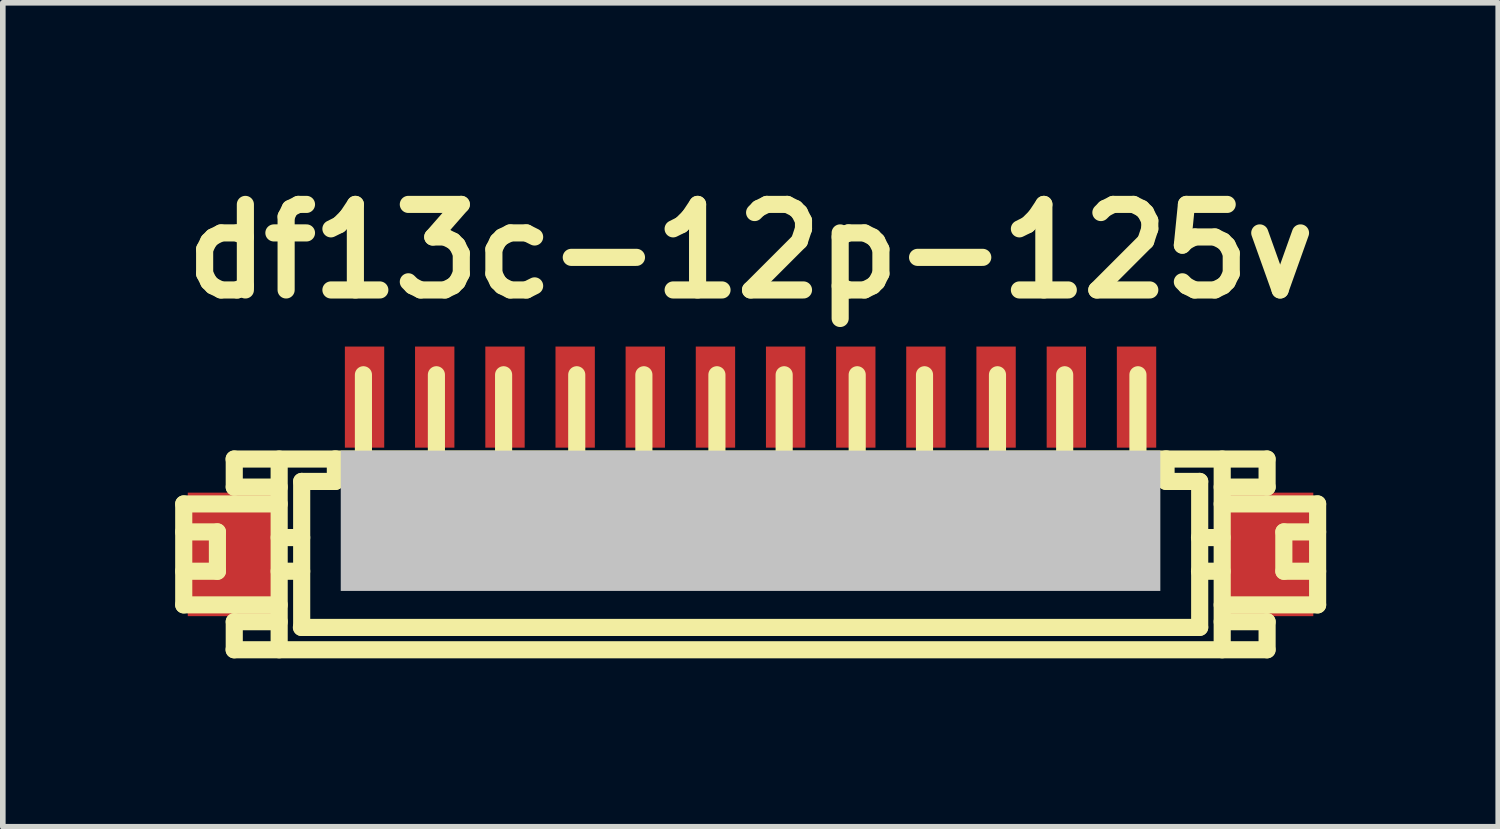
<source format=kicad_pcb>
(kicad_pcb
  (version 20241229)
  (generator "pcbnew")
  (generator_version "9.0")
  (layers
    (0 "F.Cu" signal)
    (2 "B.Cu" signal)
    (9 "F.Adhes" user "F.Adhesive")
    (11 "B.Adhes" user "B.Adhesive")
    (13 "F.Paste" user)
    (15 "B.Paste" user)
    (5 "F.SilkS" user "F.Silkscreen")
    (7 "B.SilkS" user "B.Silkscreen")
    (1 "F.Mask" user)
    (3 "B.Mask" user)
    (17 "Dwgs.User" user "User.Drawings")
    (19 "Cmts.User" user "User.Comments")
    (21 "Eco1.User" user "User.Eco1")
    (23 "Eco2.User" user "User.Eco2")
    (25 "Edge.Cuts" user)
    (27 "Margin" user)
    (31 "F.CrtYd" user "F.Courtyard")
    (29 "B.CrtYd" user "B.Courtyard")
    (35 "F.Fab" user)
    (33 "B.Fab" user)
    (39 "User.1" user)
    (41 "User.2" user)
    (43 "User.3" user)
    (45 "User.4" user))
  (footprint "df13c-12p-125v"
    (layer "F.Cu")
    (at 10.32 6.026)
    (property "Reference" "df13c-12p-125v" (at 0 -4.6 0) (layer "F.SilkS") (effects (font (size 1.524 1.524) (thickness 0.305))))
    (attr through_hole)
    (fp_line (start -10.097 -0.099) (end -8.397 -0.099) (stroke (width 0.305) (type solid)) (layer "F.SilkS"))
    (fp_line (start -10.097 0.399) (end -9.497 0.399) (stroke (width 0.305) (type solid)) (layer "F.SilkS"))
    (fp_line (start -10.097 1.699) (end -10.097 -0.099) (stroke (width 0.305) (type solid)) (layer "F.SilkS"))
    (fp_line (start -10.097 1.699) (end -8.397 1.699) (stroke (width 0.305) (type solid)) (layer "F.SilkS"))
    (fp_line (start -9.497 0.399) (end -9.497 1.1) (stroke (width 0.305) (type solid)) (layer "F.SilkS"))
    (fp_line (start -9.497 1.1) (end -10.097 1.1) (stroke (width 0.305) (type solid)) (layer "F.SilkS"))
    (fp_line (start -9.197 -0.399) (end -9.197 -0.899) (stroke (width 0.305) (type solid)) (layer "F.SilkS"))
    (fp_line (start -9.197 2.499) (end -9.197 1.999) (stroke (width 0.305) (type solid)) (layer "F.SilkS"))
    (fp_line (start -8.397 -0.899) (end -8.397 2.499) (stroke (width 0.305) (type solid)) (layer "F.SilkS"))
    (fp_line (start -8.397 -0.399) (end -9.197 -0.399) (stroke (width 0.305) (type solid)) (layer "F.SilkS"))
    (fp_line (start -8.397 0.5) (end -7.996 0.5) (stroke (width 0.305) (type solid)) (layer "F.SilkS"))
    (fp_line (start -8.397 1.1) (end -7.996 1.1) (stroke (width 0.305) (type solid)) (layer "F.SilkS"))
    (fp_line (start -8.397 1.999) (end -9.197 1.999) (stroke (width 0.305) (type solid)) (layer "F.SilkS"))
    (fp_line (start -8.001 2.101) (end 8.001 2.101) (stroke (width 0.305) (type solid)) (layer "F.SilkS"))
    (fp_line (start -7.996 -0.5) (end -7.396 -0.5) (stroke (width 0.305) (type solid)) (layer "F.SilkS"))
    (fp_line (start -7.996 2.101) (end -7.996 -0.5) (stroke (width 0.305) (type solid)) (layer "F.SilkS"))
    (fp_line (start -7.396 -0.902) (end -7.396 -0.5) (stroke (width 0.305) (type solid)) (layer "F.SilkS"))
    (fp_line (start -6.998 0.998) (end -6.998 1.199) (stroke (width 0.305) (type solid)) (layer "F.SilkS"))
    (fp_line (start -6.998 1.199) (end -6.797 1.199) (stroke (width 0.305) (type solid)) (layer "F.SilkS"))
    (fp_line (start -6.896 -0.902) (end -6.896 -2.4) (stroke (width 0.305) (type solid)) (layer "F.SilkS"))
    (fp_line (start -6.797 0.998) (end -6.998 0.998) (stroke (width 0.305) (type solid)) (layer "F.SilkS"))
    (fp_line (start -6.797 1.199) (end -6.797 0.998) (stroke (width 0.305) (type solid)) (layer "F.SilkS"))
    (fp_line (start -5.702 1.001) (end -5.504 1.001) (stroke (width 0.305) (type solid)) (layer "F.SilkS"))
    (fp_line (start -5.702 1.199) (end -5.702 1.001) (stroke (width 0.305) (type solid)) (layer "F.SilkS"))
    (fp_line (start -5.596 -0.899) (end -5.596 -2.4) (stroke (width 0.305) (type solid)) (layer "F.SilkS"))
    (fp_line (start -5.504 1.001) (end -5.504 1.199) (stroke (width 0.305) (type solid)) (layer "F.SilkS"))
    (fp_line (start -5.504 1.199) (end -5.702 1.199) (stroke (width 0.305) (type solid)) (layer "F.SilkS"))
    (fp_line (start -4.498 1.001) (end -4.3 1.001) (stroke (width 0.305) (type solid)) (layer "F.SilkS"))
    (fp_line (start -4.498 1.199) (end -4.498 1.001) (stroke (width 0.305) (type solid)) (layer "F.SilkS"))
    (fp_line (start -4.399 -2.4) (end -4.399 -0.899) (stroke (width 0.305) (type solid)) (layer "F.SilkS"))
    (fp_line (start -4.3 1.001) (end -4.3 1.199) (stroke (width 0.305) (type solid)) (layer "F.SilkS"))
    (fp_line (start -4.3 1.199) (end -4.498 1.199) (stroke (width 0.305) (type solid)) (layer "F.SilkS"))
    (fp_line (start -3.2 1.001) (end -3.002 1.001) (stroke (width 0.305) (type solid)) (layer "F.SilkS"))
    (fp_line (start -3.2 1.199) (end -3.2 1.001) (stroke (width 0.305) (type solid)) (layer "F.SilkS"))
    (fp_line (start -3.096 -0.899) (end -3.096 -2.4) (stroke (width 0.305) (type solid)) (layer "F.SilkS"))
    (fp_line (start -3.002 1.001) (end -3.002 1.199) (stroke (width 0.305) (type solid)) (layer "F.SilkS"))
    (fp_line (start -3.002 1.199) (end -3.2 1.199) (stroke (width 0.305) (type solid)) (layer "F.SilkS"))
    (fp_line (start -1.999 1.001) (end -1.801 1.001) (stroke (width 0.305) (type solid)) (layer "F.SilkS"))
    (fp_line (start -1.999 1.199) (end -1.999 1.001) (stroke (width 0.305) (type solid)) (layer "F.SilkS"))
    (fp_line (start -1.9 -0.899) (end -1.9 -2.4) (stroke (width 0.305) (type solid)) (layer "F.SilkS"))
    (fp_line (start -1.801 1.001) (end -1.801 1.199) (stroke (width 0.305) (type solid)) (layer "F.SilkS"))
    (fp_line (start -1.801 1.199) (end -1.999 1.199) (stroke (width 0.305) (type solid)) (layer "F.SilkS"))
    (fp_line (start -0.701 1.001) (end -0.503 1.001) (stroke (width 0.305) (type solid)) (layer "F.SilkS"))
    (fp_line (start -0.701 1.199) (end -0.701 1.001) (stroke (width 0.305) (type solid)) (layer "F.SilkS"))
    (fp_line (start -0.599 -2.4) (end -0.599 -0.899) (stroke (width 0.305) (type solid)) (layer "F.SilkS"))
    (fp_line (start -0.503 1.001) (end -0.503 1.199) (stroke (width 0.305) (type solid)) (layer "F.SilkS"))
    (fp_line (start -0.503 1.199) (end -0.701 1.199) (stroke (width 0.305) (type solid)) (layer "F.SilkS"))
    (fp_line (start 0.5 1.001) (end 0.701 1.001) (stroke (width 0.305) (type solid)) (layer "F.SilkS"))
    (fp_line (start 0.5 1.199) (end 0.5 1.001) (stroke (width 0.305) (type solid)) (layer "F.SilkS"))
    (fp_line (start 0.599 -0.899) (end 0.599 -2.4) (stroke (width 0.305) (type solid)) (layer "F.SilkS"))
    (fp_line (start 0.701 1.001) (end 0.701 1.199) (stroke (width 0.305) (type solid)) (layer "F.SilkS"))
    (fp_line (start 0.701 1.199) (end 0.5 1.199) (stroke (width 0.305) (type solid)) (layer "F.SilkS"))
    (fp_line (start 1.803 1.001) (end 2.002 1.001) (stroke (width 0.305) (type solid)) (layer "F.SilkS"))
    (fp_line (start 1.803 1.199) (end 1.803 1.001) (stroke (width 0.305) (type solid)) (layer "F.SilkS"))
    (fp_line (start 1.9 -2.4) (end 1.9 -0.899) (stroke (width 0.305) (type solid)) (layer "F.SilkS"))
    (fp_line (start 2.002 1.001) (end 2.002 1.199) (stroke (width 0.305) (type solid)) (layer "F.SilkS"))
    (fp_line (start 2.002 1.199) (end 1.803 1.199) (stroke (width 0.305) (type solid)) (layer "F.SilkS"))
    (fp_line (start 3 1.001) (end 3.2 1.001) (stroke (width 0.305) (type solid)) (layer "F.SilkS"))
    (fp_line (start 3 1.199) (end 3 1.001) (stroke (width 0.305) (type solid)) (layer "F.SilkS"))
    (fp_line (start 3.099 -2.4) (end 3.099 -0.899) (stroke (width 0.305) (type solid)) (layer "F.SilkS"))
    (fp_line (start 3.2 1.001) (end 3.2 1.199) (stroke (width 0.305) (type solid)) (layer "F.SilkS"))
    (fp_line (start 3.2 1.199) (end 3 1.199) (stroke (width 0.305) (type solid)) (layer "F.SilkS"))
    (fp_line (start 4.298 1.001) (end 4.496 1.001) (stroke (width 0.305) (type solid)) (layer "F.SilkS"))
    (fp_line (start 4.298 1.199) (end 4.298 1.001) (stroke (width 0.305) (type solid)) (layer "F.SilkS"))
    (fp_line (start 4.399 -0.899) (end 4.399 -2.4) (stroke (width 0.305) (type solid)) (layer "F.SilkS"))
    (fp_line (start 4.496 1.001) (end 4.496 1.199) (stroke (width 0.305) (type solid)) (layer "F.SilkS"))
    (fp_line (start 4.496 1.199) (end 4.298 1.199) (stroke (width 0.305) (type solid)) (layer "F.SilkS"))
    (fp_line (start 5.499 0.998) (end 5.7 0.998) (stroke (width 0.305) (type solid)) (layer "F.SilkS"))
    (fp_line (start 5.499 1.199) (end 5.499 0.998) (stroke (width 0.305) (type solid)) (layer "F.SilkS"))
    (fp_line (start 5.596 -0.899) (end 5.596 -2.4) (stroke (width 0.305) (type solid)) (layer "F.SilkS"))
    (fp_line (start 5.7 0.998) (end 5.7 1.199) (stroke (width 0.305) (type solid)) (layer "F.SilkS"))
    (fp_line (start 5.7 1.199) (end 5.499 1.199) (stroke (width 0.305) (type solid)) (layer "F.SilkS"))
    (fp_line (start 6.802 1.001) (end 7.003 1.001) (stroke (width 0.305) (type solid)) (layer "F.SilkS"))
    (fp_line (start 6.802 1.199) (end 6.802 1.001) (stroke (width 0.305) (type solid)) (layer "F.SilkS"))
    (fp_line (start 6.901 -0.902) (end 6.901 -2.4) (stroke (width 0.305) (type solid)) (layer "F.SilkS"))
    (fp_line (start 7.003 1.001) (end 7.003 1.199) (stroke (width 0.305) (type solid)) (layer "F.SilkS"))
    (fp_line (start 7.003 1.199) (end 6.802 1.199) (stroke (width 0.305) (type solid)) (layer "F.SilkS"))
    (fp_line (start 7.402 -0.5) (end 7.402 -0.902) (stroke (width 0.305) (type solid)) (layer "F.SilkS"))
    (fp_line (start 7.998 1.1) (end 8.4 1.1) (stroke (width 0.305) (type solid)) (layer "F.SilkS"))
    (fp_line (start 8.001 -0.5) (end 7.402 -0.5) (stroke (width 0.305) (type solid)) (layer "F.SilkS"))
    (fp_line (start 8.001 2.098) (end 8.001 -0.5) (stroke (width 0.305) (type solid)) (layer "F.SilkS"))
    (fp_line (start 8.4 0.5) (end 7.998 0.5) (stroke (width 0.305) (type solid)) (layer "F.SilkS"))
    (fp_line (start 8.402 -0.899) (end 8.402 2.499) (stroke (width 0.305) (type solid)) (layer "F.SilkS"))
    (fp_line (start 9.2 -0.899) (end -9.2 -0.899) (stroke (width 0.305) (type solid)) (layer "F.SilkS"))
    (fp_line (start 9.2 2.499) (end -9.2 2.499) (stroke (width 0.305) (type solid)) (layer "F.SilkS"))
    (fp_line (start 9.202 -0.399) (end 8.402 -0.399) (stroke (width 0.305) (type solid)) (layer "F.SilkS"))
    (fp_line (start 9.202 -0.399) (end 9.202 -0.899) (stroke (width 0.305) (type solid)) (layer "F.SilkS"))
    (fp_line (start 9.202 1.999) (end 8.402 1.999) (stroke (width 0.305) (type solid)) (layer "F.SilkS"))
    (fp_line (start 9.202 2.499) (end 9.202 1.999) (stroke (width 0.305) (type solid)) (layer "F.SilkS"))
    (fp_line (start 9.5 0.399) (end 9.5 1.1) (stroke (width 0.305) (type solid)) (layer "F.SilkS"))
    (fp_line (start 9.502 0.399) (end 10.102 0.399) (stroke (width 0.305) (type solid)) (layer "F.SilkS"))
    (fp_line (start 9.502 1.1) (end 10.102 1.1) (stroke (width 0.305) (type solid)) (layer "F.SilkS"))
    (fp_line (start 10.102 -0.099) (end 8.402 -0.099) (stroke (width 0.305) (type solid)) (layer "F.SilkS"))
    (fp_line (start 10.102 -0.099) (end 10.102 1.699) (stroke (width 0.305) (type solid)) (layer "F.SilkS"))
    (fp_line (start 10.102 1.699) (end 8.402 1.699) (stroke (width 0.305) (type solid)) (layer "F.SilkS"))
    (pad "" smd rect (at -9.225 0.8) (size 1.6 2.2) (layers "F.Cu" "F.Mask" "F.Paste"))
    (pad "" smd rect (at 0 0.201) (size 14.6 2.499) (layers "Dwgs.User"))
    (pad "" smd rect (at 9.225 0.8) (size 1.6 2.2) (layers "F.Cu" "F.Mask" "F.Paste"))
    (pad "1" smd rect (at -6.876 -2.002) (size 0.701 1.801) (layers "F.Cu" "F.Mask" "F.Paste"))
    (pad "2" smd rect (at -5.626 -2.002) (size 0.701 1.801) (layers "F.Cu" "F.Mask" "F.Paste"))
    (pad "3" smd rect (at -4.374 -2.002) (size 0.701 1.801) (layers "F.Cu" "F.Mask" "F.Paste"))
    (pad "4" smd rect (at -3.124 -2.002) (size 0.701 1.801) (layers "F.Cu" "F.Mask" "F.Paste"))
    (pad "5" smd rect (at -1.875 -2.002) (size 0.701 1.801) (layers "F.Cu" "F.Mask" "F.Paste"))
    (pad "6" smd rect (at -0.625 -2.002) (size 0.701 1.801) (layers "F.Cu" "F.Mask" "F.Paste"))
    (pad "7" smd rect (at 0.625 -2.002) (size 0.701 1.801) (layers "F.Cu" "F.Mask" "F.Paste"))
    (pad "8" smd rect (at 1.875 -2.002) (size 0.701 1.801) (layers "F.Cu" "F.Mask" "F.Paste"))
    (pad "9" smd rect (at 3.124 -2.002) (size 0.701 1.801) (layers "F.Cu" "F.Mask" "F.Paste"))
    (pad "10" smd rect (at 4.374 -2.002) (size 0.701 1.801) (layers "F.Cu" "F.Mask" "F.Paste"))
    (pad "11" smd rect (at 5.626 -2.002) (size 0.701 1.801) (layers "F.Cu" "F.Mask" "F.Paste"))
    (pad "12" smd rect (at 6.876 -2.002) (size 0.701 1.801) (layers "F.Cu" "F.Mask" "F.Paste")))
  (gr_rect
    (start -3 -3)
    (end 23.639 11.678)
    (stroke (width 0.1) (type default))
    (fill no)
    (layer "Edge.Cuts")))
</source>
